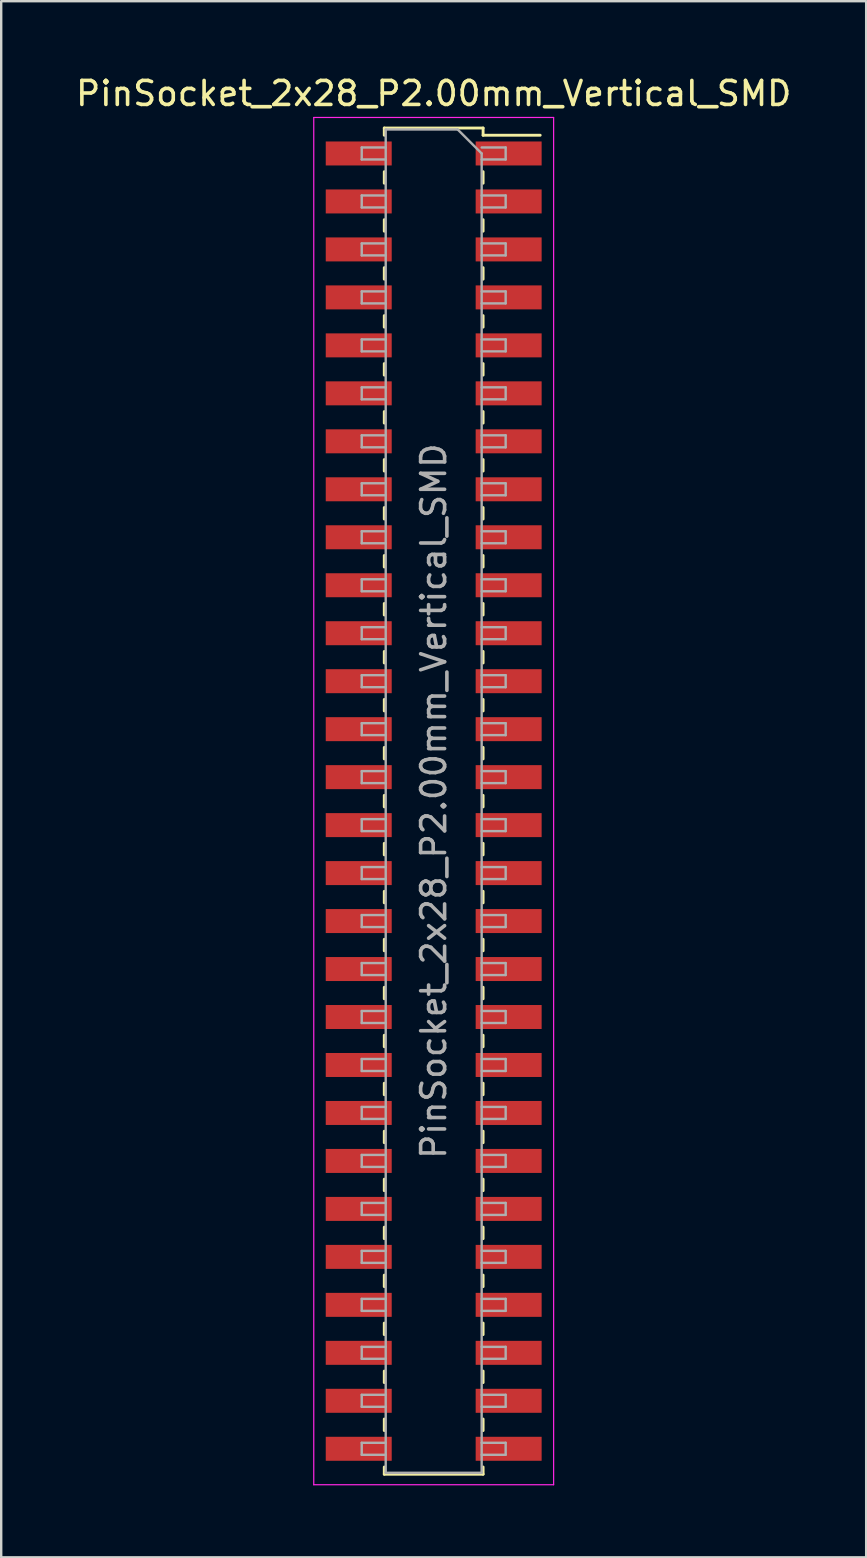
<source format=kicad_pcb>
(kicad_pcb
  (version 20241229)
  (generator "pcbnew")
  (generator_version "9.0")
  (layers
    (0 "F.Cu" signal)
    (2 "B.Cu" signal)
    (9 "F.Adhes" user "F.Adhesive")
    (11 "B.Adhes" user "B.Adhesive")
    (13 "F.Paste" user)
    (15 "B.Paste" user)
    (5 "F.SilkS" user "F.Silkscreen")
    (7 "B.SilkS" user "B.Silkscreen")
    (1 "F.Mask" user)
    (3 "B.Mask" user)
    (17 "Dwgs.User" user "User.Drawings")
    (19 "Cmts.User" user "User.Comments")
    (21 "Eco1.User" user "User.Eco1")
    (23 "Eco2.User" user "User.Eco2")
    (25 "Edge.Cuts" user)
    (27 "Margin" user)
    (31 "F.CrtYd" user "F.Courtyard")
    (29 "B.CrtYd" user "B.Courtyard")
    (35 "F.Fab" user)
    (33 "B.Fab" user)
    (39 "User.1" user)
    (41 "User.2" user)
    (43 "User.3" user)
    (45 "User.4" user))
  (footprint "PinSocket_2x28_P2.00mm_Vertical_SMD"
    (layer "F.Cu")
    (at 15.03 30.348)
    (property "Reference" "PinSocket_2x28_P2.00mm_Vertical_SMD" (at 0 -29.5 0) (layer "F.SilkS") (effects (font (size 1 1) (thickness 0.15))))
    (attr smd)
    (fp_line (start -2.06 -28.06) (end -2.06 -27.76) (stroke (width 0.12) (type solid)) (layer "F.SilkS"))
    (fp_line (start -2.06 -28.06) (end 2.06 -28.06) (stroke (width 0.12) (type solid)) (layer "F.SilkS"))
    (fp_line (start -2.06 -26.24) (end -2.06 -25.76) (stroke (width 0.12) (type solid)) (layer "F.SilkS"))
    (fp_line (start -2.06 -24.24) (end -2.06 -23.76) (stroke (width 0.12) (type solid)) (layer "F.SilkS"))
    (fp_line (start -2.06 -22.24) (end -2.06 -21.76) (stroke (width 0.12) (type solid)) (layer "F.SilkS"))
    (fp_line (start -2.06 -20.24) (end -2.06 -19.76) (stroke (width 0.12) (type solid)) (layer "F.SilkS"))
    (fp_line (start -2.06 -18.24) (end -2.06 -17.76) (stroke (width 0.12) (type solid)) (layer "F.SilkS"))
    (fp_line (start -2.06 -16.24) (end -2.06 -15.76) (stroke (width 0.12) (type solid)) (layer "F.SilkS"))
    (fp_line (start -2.06 -14.24) (end -2.06 -13.76) (stroke (width 0.12) (type solid)) (layer "F.SilkS"))
    (fp_line (start -2.06 -12.24) (end -2.06 -11.76) (stroke (width 0.12) (type solid)) (layer "F.SilkS"))
    (fp_line (start -2.06 -10.24) (end -2.06 -9.76) (stroke (width 0.12) (type solid)) (layer "F.SilkS"))
    (fp_line (start -2.06 -8.24) (end -2.06 -7.76) (stroke (width 0.12) (type solid)) (layer "F.SilkS"))
    (fp_line (start -2.06 -6.24) (end -2.06 -5.76) (stroke (width 0.12) (type solid)) (layer "F.SilkS"))
    (fp_line (start -2.06 -4.24) (end -2.06 -3.76) (stroke (width 0.12) (type solid)) (layer "F.SilkS"))
    (fp_line (start -2.06 -2.24) (end -2.06 -1.76) (stroke (width 0.12) (type solid)) (layer "F.SilkS"))
    (fp_line (start -2.06 -0.24) (end -2.06 0.24) (stroke (width 0.12) (type solid)) (layer "F.SilkS"))
    (fp_line (start -2.06 1.76) (end -2.06 2.24) (stroke (width 0.12) (type solid)) (layer "F.SilkS"))
    (fp_line (start -2.06 3.76) (end -2.06 4.24) (stroke (width 0.12) (type solid)) (layer "F.SilkS"))
    (fp_line (start -2.06 5.76) (end -2.06 6.24) (stroke (width 0.12) (type solid)) (layer "F.SilkS"))
    (fp_line (start -2.06 7.76) (end -2.06 8.24) (stroke (width 0.12) (type solid)) (layer "F.SilkS"))
    (fp_line (start -2.06 9.76) (end -2.06 10.24) (stroke (width 0.12) (type solid)) (layer "F.SilkS"))
    (fp_line (start -2.06 11.76) (end -2.06 12.24) (stroke (width 0.12) (type solid)) (layer "F.SilkS"))
    (fp_line (start -2.06 13.76) (end -2.06 14.24) (stroke (width 0.12) (type solid)) (layer "F.SilkS"))
    (fp_line (start -2.06 15.76) (end -2.06 16.24) (stroke (width 0.12) (type solid)) (layer "F.SilkS"))
    (fp_line (start -2.06 17.76) (end -2.06 18.24) (stroke (width 0.12) (type solid)) (layer "F.SilkS"))
    (fp_line (start -2.06 19.76) (end -2.06 20.24) (stroke (width 0.12) (type solid)) (layer "F.SilkS"))
    (fp_line (start -2.06 21.76) (end -2.06 22.24) (stroke (width 0.12) (type solid)) (layer "F.SilkS"))
    (fp_line (start -2.06 23.76) (end -2.06 24.24) (stroke (width 0.12) (type solid)) (layer "F.SilkS"))
    (fp_line (start -2.06 25.76) (end -2.06 26.24) (stroke (width 0.12) (type solid)) (layer "F.SilkS"))
    (fp_line (start -2.06 27.76) (end -2.06 28.06) (stroke (width 0.12) (type solid)) (layer "F.SilkS"))
    (fp_line (start -2.06 28.06) (end 2.06 28.06) (stroke (width 0.12) (type solid)) (layer "F.SilkS"))
    (fp_line (start 2.06 -28.06) (end 2.06 -27.76) (stroke (width 0.12) (type solid)) (layer "F.SilkS"))
    (fp_line (start 2.06 -27.76) (end 4.44 -27.76) (stroke (width 0.12) (type solid)) (layer "F.SilkS"))
    (fp_line (start 2.06 -26.24) (end 2.06 -25.76) (stroke (width 0.12) (type solid)) (layer "F.SilkS"))
    (fp_line (start 2.06 -24.24) (end 2.06 -23.76) (stroke (width 0.12) (type solid)) (layer "F.SilkS"))
    (fp_line (start 2.06 -22.24) (end 2.06 -21.76) (stroke (width 0.12) (type solid)) (layer "F.SilkS"))
    (fp_line (start 2.06 -20.24) (end 2.06 -19.76) (stroke (width 0.12) (type solid)) (layer "F.SilkS"))
    (fp_line (start 2.06 -18.24) (end 2.06 -17.76) (stroke (width 0.12) (type solid)) (layer "F.SilkS"))
    (fp_line (start 2.06 -16.24) (end 2.06 -15.76) (stroke (width 0.12) (type solid)) (layer "F.SilkS"))
    (fp_line (start 2.06 -14.24) (end 2.06 -13.76) (stroke (width 0.12) (type solid)) (layer "F.SilkS"))
    (fp_line (start 2.06 -12.24) (end 2.06 -11.76) (stroke (width 0.12) (type solid)) (layer "F.SilkS"))
    (fp_line (start 2.06 -10.24) (end 2.06 -9.76) (stroke (width 0.12) (type solid)) (layer "F.SilkS"))
    (fp_line (start 2.06 -8.24) (end 2.06 -7.76) (stroke (width 0.12) (type solid)) (layer "F.SilkS"))
    (fp_line (start 2.06 -6.24) (end 2.06 -5.76) (stroke (width 0.12) (type solid)) (layer "F.SilkS"))
    (fp_line (start 2.06 -4.24) (end 2.06 -3.76) (stroke (width 0.12) (type solid)) (layer "F.SilkS"))
    (fp_line (start 2.06 -2.24) (end 2.06 -1.76) (stroke (width 0.12) (type solid)) (layer "F.SilkS"))
    (fp_line (start 2.06 -0.24) (end 2.06 0.24) (stroke (width 0.12) (type solid)) (layer "F.SilkS"))
    (fp_line (start 2.06 1.76) (end 2.06 2.24) (stroke (width 0.12) (type solid)) (layer "F.SilkS"))
    (fp_line (start 2.06 3.76) (end 2.06 4.24) (stroke (width 0.12) (type solid)) (layer "F.SilkS"))
    (fp_line (start 2.06 5.76) (end 2.06 6.24) (stroke (width 0.12) (type solid)) (layer "F.SilkS"))
    (fp_line (start 2.06 7.76) (end 2.06 8.24) (stroke (width 0.12) (type solid)) (layer "F.SilkS"))
    (fp_line (start 2.06 9.76) (end 2.06 10.24) (stroke (width 0.12) (type solid)) (layer "F.SilkS"))
    (fp_line (start 2.06 11.76) (end 2.06 12.24) (stroke (width 0.12) (type solid)) (layer "F.SilkS"))
    (fp_line (start 2.06 13.76) (end 2.06 14.24) (stroke (width 0.12) (type solid)) (layer "F.SilkS"))
    (fp_line (start 2.06 15.76) (end 2.06 16.24) (stroke (width 0.12) (type solid)) (layer "F.SilkS"))
    (fp_line (start 2.06 17.76) (end 2.06 18.24) (stroke (width 0.12) (type solid)) (layer "F.SilkS"))
    (fp_line (start 2.06 19.76) (end 2.06 20.24) (stroke (width 0.12) (type solid)) (layer "F.SilkS"))
    (fp_line (start 2.06 21.76) (end 2.06 22.24) (stroke (width 0.12) (type solid)) (layer "F.SilkS"))
    (fp_line (start 2.06 23.76) (end 2.06 24.24) (stroke (width 0.12) (type solid)) (layer "F.SilkS"))
    (fp_line (start 2.06 25.76) (end 2.06 26.24) (stroke (width 0.12) (type solid)) (layer "F.SilkS"))
    (fp_line (start 2.06 27.76) (end 2.06 28.06) (stroke (width 0.12) (type solid)) (layer "F.SilkS"))
    (fp_line (start -5 -28.5) (end 5 -28.5) (stroke (width 0.05) (type solid)) (layer "F.CrtYd"))
    (fp_line (start -5 28.5) (end -5 -28.5) (stroke (width 0.05) (type solid)) (layer "F.CrtYd"))
    (fp_line (start 5 -28.5) (end 5 28.5) (stroke (width 0.05) (type solid)) (layer "F.CrtYd"))
    (fp_line (start 5 28.5) (end -5 28.5) (stroke (width 0.05) (type solid)) (layer "F.CrtYd"))
    (fp_line (start -3 -27.25) (end -2 -27.25) (stroke (width 0.1) (type solid)) (layer "F.Fab"))
    (fp_line (start -3 -26.75) (end -3 -27.25) (stroke (width 0.1) (type solid)) (layer "F.Fab"))
    (fp_line (start -3 -25.25) (end -2 -25.25) (stroke (width 0.1) (type solid)) (layer "F.Fab"))
    (fp_line (start -3 -24.75) (end -3 -25.25) (stroke (width 0.1) (type solid)) (layer "F.Fab"))
    (fp_line (start -3 -23.25) (end -2 -23.25) (stroke (width 0.1) (type solid)) (layer "F.Fab"))
    (fp_line (start -3 -22.75) (end -3 -23.25) (stroke (width 0.1) (type solid)) (layer "F.Fab"))
    (fp_line (start -3 -21.25) (end -2 -21.25) (stroke (width 0.1) (type solid)) (layer "F.Fab"))
    (fp_line (start -3 -20.75) (end -3 -21.25) (stroke (width 0.1) (type solid)) (layer "F.Fab"))
    (fp_line (start -3 -19.25) (end -2 -19.25) (stroke (width 0.1) (type solid)) (layer "F.Fab"))
    (fp_line (start -3 -18.75) (end -3 -19.25) (stroke (width 0.1) (type solid)) (layer "F.Fab"))
    (fp_line (start -3 -17.25) (end -2 -17.25) (stroke (width 0.1) (type solid)) (layer "F.Fab"))
    (fp_line (start -3 -16.75) (end -3 -17.25) (stroke (width 0.1) (type solid)) (layer "F.Fab"))
    (fp_line (start -3 -15.25) (end -2 -15.25) (stroke (width 0.1) (type solid)) (layer "F.Fab"))
    (fp_line (start -3 -14.75) (end -3 -15.25) (stroke (width 0.1) (type solid)) (layer "F.Fab"))
    (fp_line (start -3 -13.25) (end -2 -13.25) (stroke (width 0.1) (type solid)) (layer "F.Fab"))
    (fp_line (start -3 -12.75) (end -3 -13.25) (stroke (width 0.1) (type solid)) (layer "F.Fab"))
    (fp_line (start -3 -11.25) (end -2 -11.25) (stroke (width 0.1) (type solid)) (layer "F.Fab"))
    (fp_line (start -3 -10.75) (end -3 -11.25) (stroke (width 0.1) (type solid)) (layer "F.Fab"))
    (fp_line (start -3 -9.25) (end -2 -9.25) (stroke (width 0.1) (type solid)) (layer "F.Fab"))
    (fp_line (start -3 -8.75) (end -3 -9.25) (stroke (width 0.1) (type solid)) (layer "F.Fab"))
    (fp_line (start -3 -7.25) (end -2 -7.25) (stroke (width 0.1) (type solid)) (layer "F.Fab"))
    (fp_line (start -3 -6.75) (end -3 -7.25) (stroke (width 0.1) (type solid)) (layer "F.Fab"))
    (fp_line (start -3 -5.25) (end -2 -5.25) (stroke (width 0.1) (type solid)) (layer "F.Fab"))
    (fp_line (start -3 -4.75) (end -3 -5.25) (stroke (width 0.1) (type solid)) (layer "F.Fab"))
    (fp_line (start -3 -3.25) (end -2 -3.25) (stroke (width 0.1) (type solid)) (layer "F.Fab"))
    (fp_line (start -3 -2.75) (end -3 -3.25) (stroke (width 0.1) (type solid)) (layer "F.Fab"))
    (fp_line (start -3 -1.25) (end -2 -1.25) (stroke (width 0.1) (type solid)) (layer "F.Fab"))
    (fp_line (start -3 -0.75) (end -3 -1.25) (stroke (width 0.1) (type solid)) (layer "F.Fab"))
    (fp_line (start -3 0.75) (end -2 0.75) (stroke (width 0.1) (type solid)) (layer "F.Fab"))
    (fp_line (start -3 1.25) (end -3 0.75) (stroke (width 0.1) (type solid)) (layer "F.Fab"))
    (fp_line (start -3 2.75) (end -2 2.75) (stroke (width 0.1) (type solid)) (layer "F.Fab"))
    (fp_line (start -3 3.25) (end -3 2.75) (stroke (width 0.1) (type solid)) (layer "F.Fab"))
    (fp_line (start -3 4.75) (end -2 4.75) (stroke (width 0.1) (type solid)) (layer "F.Fab"))
    (fp_line (start -3 5.25) (end -3 4.75) (stroke (width 0.1) (type solid)) (layer "F.Fab"))
    (fp_line (start -3 6.75) (end -2 6.75) (stroke (width 0.1) (type solid)) (layer "F.Fab"))
    (fp_line (start -3 7.25) (end -3 6.75) (stroke (width 0.1) (type solid)) (layer "F.Fab"))
    (fp_line (start -3 8.75) (end -2 8.75) (stroke (width 0.1) (type solid)) (layer "F.Fab"))
    (fp_line (start -3 9.25) (end -3 8.75) (stroke (width 0.1) (type solid)) (layer "F.Fab"))
    (fp_line (start -3 10.75) (end -2 10.75) (stroke (width 0.1) (type solid)) (layer "F.Fab"))
    (fp_line (start -3 11.25) (end -3 10.75) (stroke (width 0.1) (type solid)) (layer "F.Fab"))
    (fp_line (start -3 12.75) (end -2 12.75) (stroke (width 0.1) (type solid)) (layer "F.Fab"))
    (fp_line (start -3 13.25) (end -3 12.75) (stroke (width 0.1) (type solid)) (layer "F.Fab"))
    (fp_line (start -3 14.75) (end -2 14.75) (stroke (width 0.1) (type solid)) (layer "F.Fab"))
    (fp_line (start -3 15.25) (end -3 14.75) (stroke (width 0.1) (type solid)) (layer "F.Fab"))
    (fp_line (start -3 16.75) (end -2 16.75) (stroke (width 0.1) (type solid)) (layer "F.Fab"))
    (fp_line (start -3 17.25) (end -3 16.75) (stroke (width 0.1) (type solid)) (layer "F.Fab"))
    (fp_line (start -3 18.75) (end -2 18.75) (stroke (width 0.1) (type solid)) (layer "F.Fab"))
    (fp_line (start -3 19.25) (end -3 18.75) (stroke (width 0.1) (type solid)) (layer "F.Fab"))
    (fp_line (start -3 20.75) (end -2 20.75) (stroke (width 0.1) (type solid)) (layer "F.Fab"))
    (fp_line (start -3 21.25) (end -3 20.75) (stroke (width 0.1) (type solid)) (layer "F.Fab"))
    (fp_line (start -3 22.75) (end -2 22.75) (stroke (width 0.1) (type solid)) (layer "F.Fab"))
    (fp_line (start -3 23.25) (end -3 22.75) (stroke (width 0.1) (type solid)) (layer "F.Fab"))
    (fp_line (start -3 24.75) (end -2 24.75) (stroke (width 0.1) (type solid)) (layer "F.Fab"))
    (fp_line (start -3 25.25) (end -3 24.75) (stroke (width 0.1) (type solid)) (layer "F.Fab"))
    (fp_line (start -3 26.75) (end -2 26.75) (stroke (width 0.1) (type solid)) (layer "F.Fab"))
    (fp_line (start -3 27.25) (end -3 26.75) (stroke (width 0.1) (type solid)) (layer "F.Fab"))
    (fp_line (start -2 -28) (end 1 -28) (stroke (width 0.1) (type solid)) (layer "F.Fab"))
    (fp_line (start -2 -26.75) (end -3 -26.75) (stroke (width 0.1) (type solid)) (layer "F.Fab"))
    (fp_line (start -2 -24.75) (end -3 -24.75) (stroke (width 0.1) (type solid)) (layer "F.Fab"))
    (fp_line (start -2 -22.75) (end -3 -22.75) (stroke (width 0.1) (type solid)) (layer "F.Fab"))
    (fp_line (start -2 -20.75) (end -3 -20.75) (stroke (width 0.1) (type solid)) (layer "F.Fab"))
    (fp_line (start -2 -18.75) (end -3 -18.75) (stroke (width 0.1) (type solid)) (layer "F.Fab"))
    (fp_line (start -2 -16.75) (end -3 -16.75) (stroke (width 0.1) (type solid)) (layer "F.Fab"))
    (fp_line (start -2 -14.75) (end -3 -14.75) (stroke (width 0.1) (type solid)) (layer "F.Fab"))
    (fp_line (start -2 -12.75) (end -3 -12.75) (stroke (width 0.1) (type solid)) (layer "F.Fab"))
    (fp_line (start -2 -10.75) (end -3 -10.75) (stroke (width 0.1) (type solid)) (layer "F.Fab"))
    (fp_line (start -2 -8.75) (end -3 -8.75) (stroke (width 0.1) (type solid)) (layer "F.Fab"))
    (fp_line (start -2 -6.75) (end -3 -6.75) (stroke (width 0.1) (type solid)) (layer "F.Fab"))
    (fp_line (start -2 -4.75) (end -3 -4.75) (stroke (width 0.1) (type solid)) (layer "F.Fab"))
    (fp_line (start -2 -2.75) (end -3 -2.75) (stroke (width 0.1) (type solid)) (layer "F.Fab"))
    (fp_line (start -2 -0.75) (end -3 -0.75) (stroke (width 0.1) (type solid)) (layer "F.Fab"))
    (fp_line (start -2 1.25) (end -3 1.25) (stroke (width 0.1) (type solid)) (layer "F.Fab"))
    (fp_line (start -2 3.25) (end -3 3.25) (stroke (width 0.1) (type solid)) (layer "F.Fab"))
    (fp_line (start -2 5.25) (end -3 5.25) (stroke (width 0.1) (type solid)) (layer "F.Fab"))
    (fp_line (start -2 7.25) (end -3 7.25) (stroke (width 0.1) (type solid)) (layer "F.Fab"))
    (fp_line (start -2 9.25) (end -3 9.25) (stroke (width 0.1) (type solid)) (layer "F.Fab"))
    (fp_line (start -2 11.25) (end -3 11.25) (stroke (width 0.1) (type solid)) (layer "F.Fab"))
    (fp_line (start -2 13.25) (end -3 13.25) (stroke (width 0.1) (type solid)) (layer "F.Fab"))
    (fp_line (start -2 15.25) (end -3 15.25) (stroke (width 0.1) (type solid)) (layer "F.Fab"))
    (fp_line (start -2 17.25) (end -3 17.25) (stroke (width 0.1) (type solid)) (layer "F.Fab"))
    (fp_line (start -2 19.25) (end -3 19.25) (stroke (width 0.1) (type solid)) (layer "F.Fab"))
    (fp_line (start -2 21.25) (end -3 21.25) (stroke (width 0.1) (type solid)) (layer "F.Fab"))
    (fp_line (start -2 23.25) (end -3 23.25) (stroke (width 0.1) (type solid)) (layer "F.Fab"))
    (fp_line (start -2 25.25) (end -3 25.25) (stroke (width 0.1) (type solid)) (layer "F.Fab"))
    (fp_line (start -2 27.25) (end -3 27.25) (stroke (width 0.1) (type solid)) (layer "F.Fab"))
    (fp_line (start -2 28) (end -2 -28) (stroke (width 0.1) (type solid)) (layer "F.Fab"))
    (fp_line (start 1 -28) (end 2 -27) (stroke (width 0.1) (type solid)) (layer "F.Fab"))
    (fp_line (start 2 -27.25) (end 3 -27.25) (stroke (width 0.1) (type solid)) (layer "F.Fab"))
    (fp_line (start 2 -27) (end 2 28) (stroke (width 0.1) (type solid)) (layer "F.Fab"))
    (fp_line (start 2 -25.25) (end 3 -25.25) (stroke (width 0.1) (type solid)) (layer "F.Fab"))
    (fp_line (start 2 -23.25) (end 3 -23.25) (stroke (width 0.1) (type solid)) (layer "F.Fab"))
    (fp_line (start 2 -21.25) (end 3 -21.25) (stroke (width 0.1) (type solid)) (layer "F.Fab"))
    (fp_line (start 2 -19.25) (end 3 -19.25) (stroke (width 0.1) (type solid)) (layer "F.Fab"))
    (fp_line (start 2 -17.25) (end 3 -17.25) (stroke (width 0.1) (type solid)) (layer "F.Fab"))
    (fp_line (start 2 -15.25) (end 3 -15.25) (stroke (width 0.1) (type solid)) (layer "F.Fab"))
    (fp_line (start 2 -13.25) (end 3 -13.25) (stroke (width 0.1) (type solid)) (layer "F.Fab"))
    (fp_line (start 2 -11.25) (end 3 -11.25) (stroke (width 0.1) (type solid)) (layer "F.Fab"))
    (fp_line (start 2 -9.25) (end 3 -9.25) (stroke (width 0.1) (type solid)) (layer "F.Fab"))
    (fp_line (start 2 -7.25) (end 3 -7.25) (stroke (width 0.1) (type solid)) (layer "F.Fab"))
    (fp_line (start 2 -5.25) (end 3 -5.25) (stroke (width 0.1) (type solid)) (layer "F.Fab"))
    (fp_line (start 2 -3.25) (end 3 -3.25) (stroke (width 0.1) (type solid)) (layer "F.Fab"))
    (fp_line (start 2 -1.25) (end 3 -1.25) (stroke (width 0.1) (type solid)) (layer "F.Fab"))
    (fp_line (start 2 0.75) (end 3 0.75) (stroke (width 0.1) (type solid)) (layer "F.Fab"))
    (fp_line (start 2 2.75) (end 3 2.75) (stroke (width 0.1) (type solid)) (layer "F.Fab"))
    (fp_line (start 2 4.75) (end 3 4.75) (stroke (width 0.1) (type solid)) (layer "F.Fab"))
    (fp_line (start 2 6.75) (end 3 6.75) (stroke (width 0.1) (type solid)) (layer "F.Fab"))
    (fp_line (start 2 8.75) (end 3 8.75) (stroke (width 0.1) (type solid)) (layer "F.Fab"))
    (fp_line (start 2 10.75) (end 3 10.75) (stroke (width 0.1) (type solid)) (layer "F.Fab"))
    (fp_line (start 2 12.75) (end 3 12.75) (stroke (width 0.1) (type solid)) (layer "F.Fab"))
    (fp_line (start 2 14.75) (end 3 14.75) (stroke (width 0.1) (type solid)) (layer "F.Fab"))
    (fp_line (start 2 16.75) (end 3 16.75) (stroke (width 0.1) (type solid)) (layer "F.Fab"))
    (fp_line (start 2 18.75) (end 3 18.75) (stroke (width 0.1) (type solid)) (layer "F.Fab"))
    (fp_line (start 2 20.75) (end 3 20.75) (stroke (width 0.1) (type solid)) (layer "F.Fab"))
    (fp_line (start 2 22.75) (end 3 22.75) (stroke (width 0.1) (type solid)) (layer "F.Fab"))
    (fp_line (start 2 24.75) (end 3 24.75) (stroke (width 0.1) (type solid)) (layer "F.Fab"))
    (fp_line (start 2 26.75) (end 3 26.75) (stroke (width 0.1) (type solid)) (layer "F.Fab"))
    (fp_line (start 2 28) (end -2 28) (stroke (width 0.1) (type solid)) (layer "F.Fab"))
    (fp_line (start 3 -27.25) (end 3 -26.75) (stroke (width 0.1) (type solid)) (layer "F.Fab"))
    (fp_line (start 3 -26.75) (end 2 -26.75) (stroke (width 0.1) (type solid)) (layer "F.Fab"))
    (fp_line (start 3 -25.25) (end 3 -24.75) (stroke (width 0.1) (type solid)) (layer "F.Fab"))
    (fp_line (start 3 -24.75) (end 2 -24.75) (stroke (width 0.1) (type solid)) (layer "F.Fab"))
    (fp_line (start 3 -23.25) (end 3 -22.75) (stroke (width 0.1) (type solid)) (layer "F.Fab"))
    (fp_line (start 3 -22.75) (end 2 -22.75) (stroke (width 0.1) (type solid)) (layer "F.Fab"))
    (fp_line (start 3 -21.25) (end 3 -20.75) (stroke (width 0.1) (type solid)) (layer "F.Fab"))
    (fp_line (start 3 -20.75) (end 2 -20.75) (stroke (width 0.1) (type solid)) (layer "F.Fab"))
    (fp_line (start 3 -19.25) (end 3 -18.75) (stroke (width 0.1) (type solid)) (layer "F.Fab"))
    (fp_line (start 3 -18.75) (end 2 -18.75) (stroke (width 0.1) (type solid)) (layer "F.Fab"))
    (fp_line (start 3 -17.25) (end 3 -16.75) (stroke (width 0.1) (type solid)) (layer "F.Fab"))
    (fp_line (start 3 -16.75) (end 2 -16.75) (stroke (width 0.1) (type solid)) (layer "F.Fab"))
    (fp_line (start 3 -15.25) (end 3 -14.75) (stroke (width 0.1) (type solid)) (layer "F.Fab"))
    (fp_line (start 3 -14.75) (end 2 -14.75) (stroke (width 0.1) (type solid)) (layer "F.Fab"))
    (fp_line (start 3 -13.25) (end 3 -12.75) (stroke (width 0.1) (type solid)) (layer "F.Fab"))
    (fp_line (start 3 -12.75) (end 2 -12.75) (stroke (width 0.1) (type solid)) (layer "F.Fab"))
    (fp_line (start 3 -11.25) (end 3 -10.75) (stroke (width 0.1) (type solid)) (layer "F.Fab"))
    (fp_line (start 3 -10.75) (end 2 -10.75) (stroke (width 0.1) (type solid)) (layer "F.Fab"))
    (fp_line (start 3 -9.25) (end 3 -8.75) (stroke (width 0.1) (type solid)) (layer "F.Fab"))
    (fp_line (start 3 -8.75) (end 2 -8.75) (stroke (width 0.1) (type solid)) (layer "F.Fab"))
    (fp_line (start 3 -7.25) (end 3 -6.75) (stroke (width 0.1) (type solid)) (layer "F.Fab"))
    (fp_line (start 3 -6.75) (end 2 -6.75) (stroke (width 0.1) (type solid)) (layer "F.Fab"))
    (fp_line (start 3 -5.25) (end 3 -4.75) (stroke (width 0.1) (type solid)) (layer "F.Fab"))
    (fp_line (start 3 -4.75) (end 2 -4.75) (stroke (width 0.1) (type solid)) (layer "F.Fab"))
    (fp_line (start 3 -3.25) (end 3 -2.75) (stroke (width 0.1) (type solid)) (layer "F.Fab"))
    (fp_line (start 3 -2.75) (end 2 -2.75) (stroke (width 0.1) (type solid)) (layer "F.Fab"))
    (fp_line (start 3 -1.25) (end 3 -0.75) (stroke (width 0.1) (type solid)) (layer "F.Fab"))
    (fp_line (start 3 -0.75) (end 2 -0.75) (stroke (width 0.1) (type solid)) (layer "F.Fab"))
    (fp_line (start 3 0.75) (end 3 1.25) (stroke (width 0.1) (type solid)) (layer "F.Fab"))
    (fp_line (start 3 1.25) (end 2 1.25) (stroke (width 0.1) (type solid)) (layer "F.Fab"))
    (fp_line (start 3 2.75) (end 3 3.25) (stroke (width 0.1) (type solid)) (layer "F.Fab"))
    (fp_line (start 3 3.25) (end 2 3.25) (stroke (width 0.1) (type solid)) (layer "F.Fab"))
    (fp_line (start 3 4.75) (end 3 5.25) (stroke (width 0.1) (type solid)) (layer "F.Fab"))
    (fp_line (start 3 5.25) (end 2 5.25) (stroke (width 0.1) (type solid)) (layer "F.Fab"))
    (fp_line (start 3 6.75) (end 3 7.25) (stroke (width 0.1) (type solid)) (layer "F.Fab"))
    (fp_line (start 3 7.25) (end 2 7.25) (stroke (width 0.1) (type solid)) (layer "F.Fab"))
    (fp_line (start 3 8.75) (end 3 9.25) (stroke (width 0.1) (type solid)) (layer "F.Fab"))
    (fp_line (start 3 9.25) (end 2 9.25) (stroke (width 0.1) (type solid)) (layer "F.Fab"))
    (fp_line (start 3 10.75) (end 3 11.25) (stroke (width 0.1) (type solid)) (layer "F.Fab"))
    (fp_line (start 3 11.25) (end 2 11.25) (stroke (width 0.1) (type solid)) (layer "F.Fab"))
    (fp_line (start 3 12.75) (end 3 13.25) (stroke (width 0.1) (type solid)) (layer "F.Fab"))
    (fp_line (start 3 13.25) (end 2 13.25) (stroke (width 0.1) (type solid)) (layer "F.Fab"))
    (fp_line (start 3 14.75) (end 3 15.25) (stroke (width 0.1) (type solid)) (layer "F.Fab"))
    (fp_line (start 3 15.25) (end 2 15.25) (stroke (width 0.1) (type solid)) (layer "F.Fab"))
    (fp_line (start 3 16.75) (end 3 17.25) (stroke (width 0.1) (type solid)) (layer "F.Fab"))
    (fp_line (start 3 17.25) (end 2 17.25) (stroke (width 0.1) (type solid)) (layer "F.Fab"))
    (fp_line (start 3 18.75) (end 3 19.25) (stroke (width 0.1) (type solid)) (layer "F.Fab"))
    (fp_line (start 3 19.25) (end 2 19.25) (stroke (width 0.1) (type solid)) (layer "F.Fab"))
    (fp_line (start 3 20.75) (end 3 21.25) (stroke (width 0.1) (type solid)) (layer "F.Fab"))
    (fp_line (start 3 21.25) (end 2 21.25) (stroke (width 0.1) (type solid)) (layer "F.Fab"))
    (fp_line (start 3 22.75) (end 3 23.25) (stroke (width 0.1) (type solid)) (layer "F.Fab"))
    (fp_line (start 3 23.25) (end 2 23.25) (stroke (width 0.1) (type solid)) (layer "F.Fab"))
    (fp_line (start 3 24.75) (end 3 25.25) (stroke (width 0.1) (type solid)) (layer "F.Fab"))
    (fp_line (start 3 25.25) (end 2 25.25) (stroke (width 0.1) (type solid)) (layer "F.Fab"))
    (fp_line (start 3 26.75) (end 3 27.25) (stroke (width 0.1) (type solid)) (layer "F.Fab"))
    (fp_line (start 3 27.25) (end 2 27.25) (stroke (width 0.1) (type solid)) (layer "F.Fab"))
    (fp_text user "${REFERENCE}" (at 0 0 90) (layer "F.Fab") (effects (font (size 1 1) (thickness 0.15))))
    (pad "1" smd rect (at 3.125 -27) (size 2.75 1) (layers "F.Cu" "F.Mask" "F.Paste"))
    (pad "2" smd rect (at -3.125 -27) (size 2.75 1) (layers "F.Cu" "F.Mask" "F.Paste"))
    (pad "3" smd rect (at 3.125 -25) (size 2.75 1) (layers "F.Cu" "F.Mask" "F.Paste"))
    (pad "4" smd rect (at -3.125 -25) (size 2.75 1) (layers "F.Cu" "F.Mask" "F.Paste"))
    (pad "5" smd rect (at 3.125 -23) (size 2.75 1) (layers "F.Cu" "F.Mask" "F.Paste"))
    (pad "6" smd rect (at -3.125 -23) (size 2.75 1) (layers "F.Cu" "F.Mask" "F.Paste"))
    (pad "7" smd rect (at 3.125 -21) (size 2.75 1) (layers "F.Cu" "F.Mask" "F.Paste"))
    (pad "8" smd rect (at -3.125 -21) (size 2.75 1) (layers "F.Cu" "F.Mask" "F.Paste"))
    (pad "9" smd rect (at 3.125 -19) (size 2.75 1) (layers "F.Cu" "F.Mask" "F.Paste"))
    (pad "10" smd rect (at -3.125 -19) (size 2.75 1) (layers "F.Cu" "F.Mask" "F.Paste"))
    (pad "11" smd rect (at 3.125 -17) (size 2.75 1) (layers "F.Cu" "F.Mask" "F.Paste"))
    (pad "12" smd rect (at -3.125 -17) (size 2.75 1) (layers "F.Cu" "F.Mask" "F.Paste"))
    (pad "13" smd rect (at 3.125 -15) (size 2.75 1) (layers "F.Cu" "F.Mask" "F.Paste"))
    (pad "14" smd rect (at -3.125 -15) (size 2.75 1) (layers "F.Cu" "F.Mask" "F.Paste"))
    (pad "15" smd rect (at 3.125 -13) (size 2.75 1) (layers "F.Cu" "F.Mask" "F.Paste"))
    (pad "16" smd rect (at -3.125 -13) (size 2.75 1) (layers "F.Cu" "F.Mask" "F.Paste"))
    (pad "17" smd rect (at 3.125 -11) (size 2.75 1) (layers "F.Cu" "F.Mask" "F.Paste"))
    (pad "18" smd rect (at -3.125 -11) (size 2.75 1) (layers "F.Cu" "F.Mask" "F.Paste"))
    (pad "19" smd rect (at 3.125 -9) (size 2.75 1) (layers "F.Cu" "F.Mask" "F.Paste"))
    (pad "20" smd rect (at -3.125 -9) (size 2.75 1) (layers "F.Cu" "F.Mask" "F.Paste"))
    (pad "21" smd rect (at 3.125 -7) (size 2.75 1) (layers "F.Cu" "F.Mask" "F.Paste"))
    (pad "22" smd rect (at -3.125 -7) (size 2.75 1) (layers "F.Cu" "F.Mask" "F.Paste"))
    (pad "23" smd rect (at 3.125 -5) (size 2.75 1) (layers "F.Cu" "F.Mask" "F.Paste"))
    (pad "24" smd rect (at -3.125 -5) (size 2.75 1) (layers "F.Cu" "F.Mask" "F.Paste"))
    (pad "25" smd rect (at 3.125 -3) (size 2.75 1) (layers "F.Cu" "F.Mask" "F.Paste"))
    (pad "26" smd rect (at -3.125 -3) (size 2.75 1) (layers "F.Cu" "F.Mask" "F.Paste"))
    (pad "27" smd rect (at 3.125 -1) (size 2.75 1) (layers "F.Cu" "F.Mask" "F.Paste"))
    (pad "28" smd rect (at -3.125 -1) (size 2.75 1) (layers "F.Cu" "F.Mask" "F.Paste"))
    (pad "29" smd rect (at 3.125 1) (size 2.75 1) (layers "F.Cu" "F.Mask" "F.Paste"))
    (pad "30" smd rect (at -3.125 1) (size 2.75 1) (layers "F.Cu" "F.Mask" "F.Paste"))
    (pad "31" smd rect (at 3.125 3) (size 2.75 1) (layers "F.Cu" "F.Mask" "F.Paste"))
    (pad "32" smd rect (at -3.125 3) (size 2.75 1) (layers "F.Cu" "F.Mask" "F.Paste"))
    (pad "33" smd rect (at 3.125 5) (size 2.75 1) (layers "F.Cu" "F.Mask" "F.Paste"))
    (pad "34" smd rect (at -3.125 5) (size 2.75 1) (layers "F.Cu" "F.Mask" "F.Paste"))
    (pad "35" smd rect (at 3.125 7) (size 2.75 1) (layers "F.Cu" "F.Mask" "F.Paste"))
    (pad "36" smd rect (at -3.125 7) (size 2.75 1) (layers "F.Cu" "F.Mask" "F.Paste"))
    (pad "37" smd rect (at 3.125 9) (size 2.75 1) (layers "F.Cu" "F.Mask" "F.Paste"))
    (pad "38" smd rect (at -3.125 9) (size 2.75 1) (layers "F.Cu" "F.Mask" "F.Paste"))
    (pad "39" smd rect (at 3.125 11) (size 2.75 1) (layers "F.Cu" "F.Mask" "F.Paste"))
    (pad "40" smd rect (at -3.125 11) (size 2.75 1) (layers "F.Cu" "F.Mask" "F.Paste"))
    (pad "41" smd rect (at 3.125 13) (size 2.75 1) (layers "F.Cu" "F.Mask" "F.Paste"))
    (pad "42" smd rect (at -3.125 13) (size 2.75 1) (layers "F.Cu" "F.Mask" "F.Paste"))
    (pad "43" smd rect (at 3.125 15) (size 2.75 1) (layers "F.Cu" "F.Mask" "F.Paste"))
    (pad "44" smd rect (at -3.125 15) (size 2.75 1) (layers "F.Cu" "F.Mask" "F.Paste"))
    (pad "45" smd rect (at 3.125 17) (size 2.75 1) (layers "F.Cu" "F.Mask" "F.Paste"))
    (pad "46" smd rect (at -3.125 17) (size 2.75 1) (layers "F.Cu" "F.Mask" "F.Paste"))
    (pad "47" smd rect (at 3.125 19) (size 2.75 1) (layers "F.Cu" "F.Mask" "F.Paste"))
    (pad "48" smd rect (at -3.125 19) (size 2.75 1) (layers "F.Cu" "F.Mask" "F.Paste"))
    (pad "49" smd rect (at 3.125 21) (size 2.75 1) (layers "F.Cu" "F.Mask" "F.Paste"))
    (pad "50" smd rect (at -3.125 21) (size 2.75 1) (layers "F.Cu" "F.Mask" "F.Paste"))
    (pad "51" smd rect (at 3.125 23) (size 2.75 1) (layers "F.Cu" "F.Mask" "F.Paste"))
    (pad "52" smd rect (at -3.125 23) (size 2.75 1) (layers "F.Cu" "F.Mask" "F.Paste"))
    (pad "53" smd rect (at 3.125 25) (size 2.75 1) (layers "F.Cu" "F.Mask" "F.Paste"))
    (pad "54" smd rect (at -3.125 25) (size 2.75 1) (layers "F.Cu" "F.Mask" "F.Paste"))
    (pad "55" smd rect (at 3.125 27) (size 2.75 1) (layers "F.Cu" "F.Mask" "F.Paste"))
    (pad "56" smd rect (at -3.125 27) (size 2.75 1) (layers "F.Cu" "F.Mask" "F.Paste")))
  (gr_rect
    (start -3 -3)
    (end 33.06 61.873)
    (stroke (width 0.1) (type default))
    (fill no)
    (layer "Edge.Cuts")))
</source>
